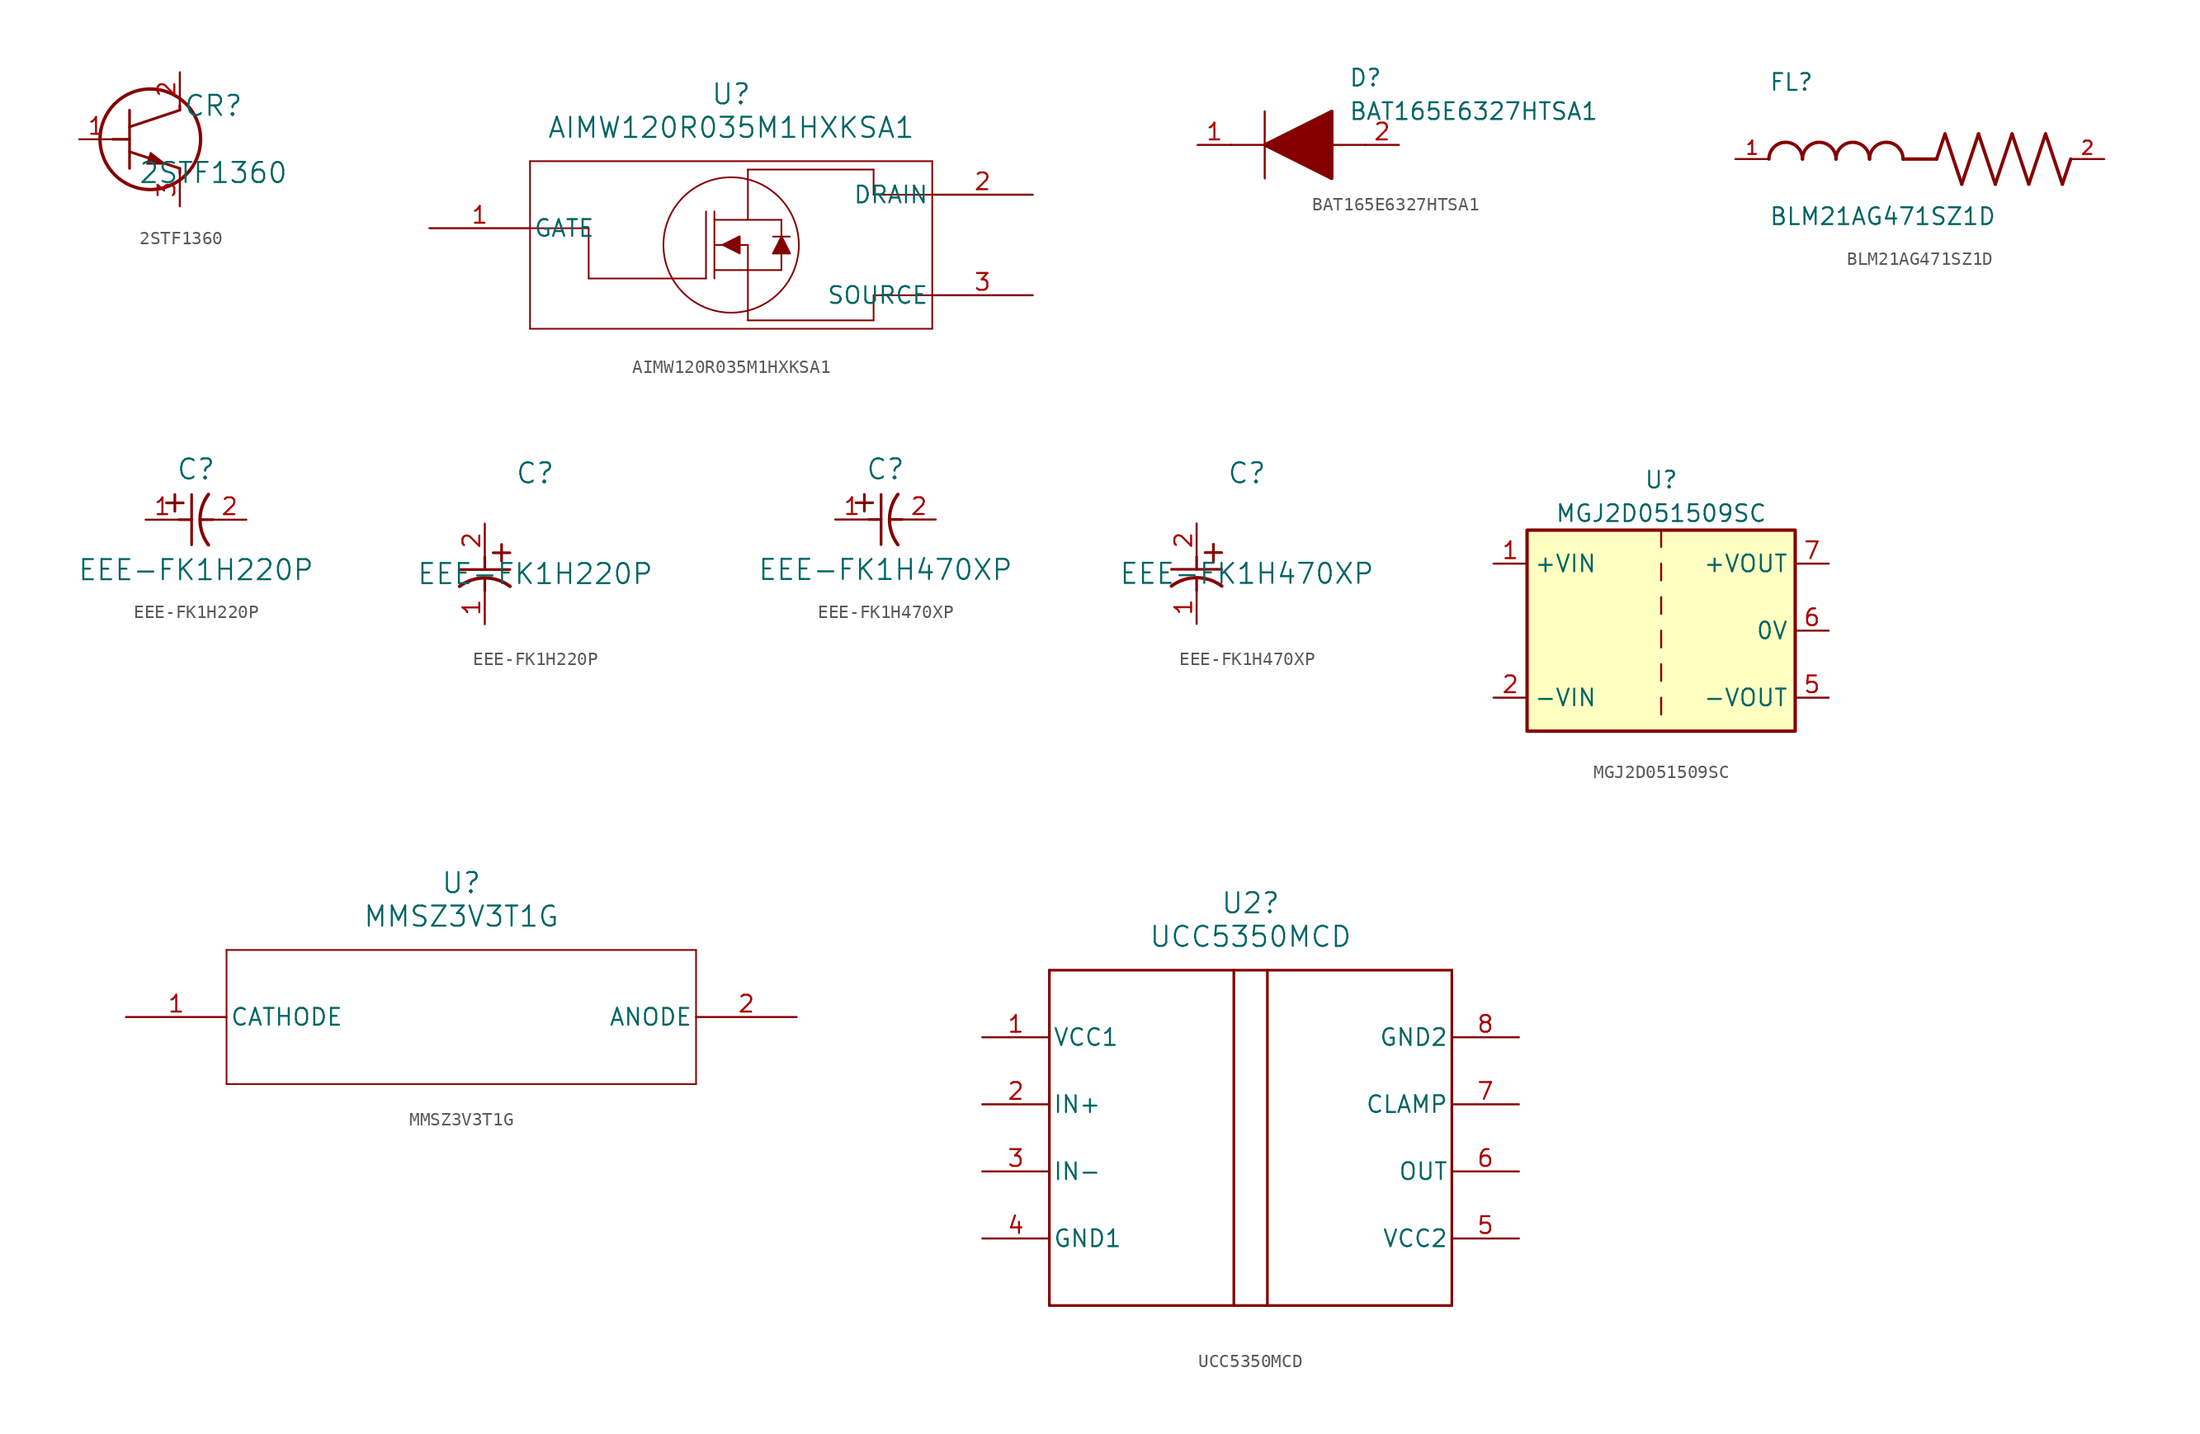
<source format=kicad_sym>
(kicad_symbol_lib
  (version 20220914)
  (generator kicad_symbol_editor)
  (symbol "2STF1360"
    (pin_names
      (offset 0.254))
    (property "Reference" "CR"
      (at 10.16 2.54 0)
      (effects (font (size 1.524 1.524))))
    (property "Value" "2STF1360"
      (at 10.16 -2.54 0)
      (effects (font (size 1.524 1.524))))
    (property "ki_locked" ""
      (at 0 0 0)
      (effects (font (size 1.27 1.27))))
    (symbol "2STF1360_0_1"
      (polyline (pts (xy 2.54 0) (xy 3.81 0)) (stroke (width 0.203) (type default)) (fill (type none)))
      (polyline (pts (xy 3.81 -2.21) (xy 3.81 2.21)) (stroke (width 0.203) (type default)) (fill (type none)))
      (polyline (pts (xy 3.81 -0.94) (xy 7.62 -2.21)) (stroke (width 0.203) (type default)) (fill (type none)))
      (polyline (pts (xy 3.81 0.94) (xy 7.62 2.21)) (stroke (width 0.203) (type default)) (fill (type none)))
      (polyline (pts (xy 7.62 -2.54) (xy 7.62 -2.21)) (stroke (width 0.203) (type default)) (fill (type none)))
      (polyline (pts (xy 7.62 2.21) (xy 7.62 2.54)) (stroke (width 0.203) (type default)) (fill (type none)))
      (polyline (pts (xy 5.385 -0.94) (xy 5.08 -1.905) (xy 6.655 -1.905)) (stroke (width 0.025) (type default)) (fill (type outline)))
      (circle (center 5.385 0) (radius 3.81) (stroke (width 0.254) (type default)) (fill (type none)))
      (pin unspecified line (at 0 0 0) (length 2.54) (name "" (effects (font (size 1.27 1.27)))) (number "1" (effects (font (size 1.27 1.27)))))
      (pin unspecified line (at 7.62 5.08 270) (length 2.54) (name "" (effects (font (size 1.27 1.27)))) (number "2" (effects (font (size 1.27 1.27)))))
      (pin unspecified line (at 7.62 -5.08 90) (length 2.54) (name "" (effects (font (size 1.27 1.27)))) (number "3" (effects (font (size 1.27 1.27)))))))
  (symbol "AIMW120R035M1HXKSA1"
    (pin_names
      (offset 0.254))
    (property "Reference" "U"
      (at 22.86 10.16 0)
      (effects (font (size 1.524 1.524))))
    (property "Value" "AIMW120R035M1HXKSA1"
      (at 22.86 7.62 0)
      (effects (font (size 1.524 1.524))))
    (property "ki_locked" ""
      (at 0 0 0)
      (effects (font (size 1.27 1.27))))
    (symbol "AIMW120R035M1HXKSA1_0_1"
      (polyline (pts (xy 7.62 -7.62) (xy 38.1 -7.62)) (stroke (width 0.127) (type default)) (fill (type none)))
      (polyline (pts (xy 7.62 5.08) (xy 7.62 -7.62)) (stroke (width 0.127) (type default)) (fill (type none)))
      (polyline (pts (xy 12.065 -3.81) (xy 12.065 0)) (stroke (width 0.127) (type default)) (fill (type none)))
      (polyline (pts (xy 12.065 0) (xy 7.62 0)) (stroke (width 0.127) (type default)) (fill (type none)))
      (polyline (pts (xy 20.955 -3.81) (xy 12.065 -3.81)) (stroke (width 0.127) (type default)) (fill (type none)))
      (polyline (pts (xy 20.955 1.27) (xy 20.955 -3.81)) (stroke (width 0.127) (type default)) (fill (type none)))
      (polyline (pts (xy 21.59 -3.175) (xy 26.67 -3.175)) (stroke (width 0.127) (type default)) (fill (type none)))
      (polyline (pts (xy 21.59 -1.27) (xy 24.13 -1.27)) (stroke (width 0.127) (type default)) (fill (type none)))
      (polyline (pts (xy 21.59 0.635) (xy 26.67 0.635)) (stroke (width 0.127) (type default)) (fill (type none)))
      (polyline (pts (xy 21.59 1.27) (xy 21.59 -3.81)) (stroke (width 0.127) (type default)) (fill (type none)))
      (polyline (pts (xy 22.225 -1.27) (xy 23.495 -1.905)) (stroke (width 0.127) (type default)) (fill (type none)))
      (polyline (pts (xy 22.225 -1.27) (xy 23.495 -0.635)) (stroke (width 0.127) (type default)) (fill (type none)))
      (polyline (pts (xy 23.495 -0.635) (xy 23.495 -1.905)) (stroke (width 0.127) (type default)) (fill (type none)))
      (polyline (pts (xy 24.13 -1.27) (xy 24.13 -6.985)) (stroke (width 0.127) (type default)) (fill (type none)))
      (polyline (pts (xy 24.13 0.635) (xy 24.13 4.445)) (stroke (width 0.127) (type default)) (fill (type none)))
      (polyline (pts (xy 26.035 -0.635) (xy 27.305 -0.635)) (stroke (width 0.127) (type default)) (fill (type none)))
      (polyline (pts (xy 26.67 -0.635) (xy 26.035 -1.905)) (stroke (width 0.127) (type default)) (fill (type none)))
      (polyline (pts (xy 26.67 -0.635) (xy 27.305 -1.905)) (stroke (width 0.127) (type default)) (fill (type none)))
      (polyline (pts (xy 26.67 0.635) (xy 26.67 -3.175)) (stroke (width 0.127) (type default)) (fill (type none)))
      (polyline (pts (xy 27.305 -1.905) (xy 26.035 -1.905)) (stroke (width 0.127) (type default)) (fill (type none)))
      (polyline (pts (xy 33.655 -6.985) (xy 24.13 -6.985)) (stroke (width 0.127) (type default)) (fill (type none)))
      (polyline (pts (xy 33.655 -5.08) (xy 33.655 -6.985)) (stroke (width 0.127) (type default)) (fill (type none)))
      (polyline (pts (xy 33.655 4.445) (xy 24.13 4.445)) (stroke (width 0.127) (type default)) (fill (type none)))
      (polyline (pts (xy 33.655 4.445) (xy 33.655 2.54)) (stroke (width 0.127) (type default)) (fill (type none)))
      (polyline (pts (xy 38.1 -7.62) (xy 38.1 5.08)) (stroke (width 0.127) (type default)) (fill (type none)))
      (polyline (pts (xy 38.1 -5.08) (xy 33.655 -5.08)) (stroke (width 0.127) (type default)) (fill (type none)))
      (polyline (pts (xy 38.1 2.54) (xy 33.655 2.54)) (stroke (width 0.127) (type default)) (fill (type none)))
      (polyline (pts (xy 38.1 5.08) (xy 7.62 5.08)) (stroke (width 0.127) (type default)) (fill (type none)))
      (polyline (pts (xy 22.225 -1.27) (xy 23.495 -0.635) (xy 23.495 -1.905)) (stroke (width 0) (type default)) (fill (type outline)))
      (polyline (pts (xy 26.67 -0.635) (xy 27.305 -1.905) (xy 26.035 -1.905)) (stroke (width 0) (type default)) (fill (type outline)))
      (circle (center 22.86 -1.27) (radius 5.131) (stroke (width 0.127) (type default)) (fill (type none)))
      (pin unspecified line (at 0 0 0) (length 7.62) (name "GATE" (effects (font (size 1.27 1.27)))) (number "1" (effects (font (size 1.27 1.27)))))
      (pin unspecified line (at 45.72 2.54 180) (length 7.62) (name "DRAIN" (effects (font (size 1.27 1.27)))) (number "2" (effects (font (size 1.27 1.27)))))
      (pin unspecified line (at 45.72 -5.08 180) (length 7.62) (name "SOURCE" (effects (font (size 1.27 1.27)))) (number "3" (effects (font (size 1.27 1.27)))))))
  (symbol "BAT165E6327HTSA1"
    (pin_names
      (offset 0.762))
    (property "Reference" "D"
      (at 11.43 5.08 0)
      (effects (font (size 1.27 1.27)) (justify left)))
    (property "Value" "BAT165E6327HTSA1"
      (at 11.43 2.54 0)
      (effects (font (size 1.27 1.27)) (justify left)))
    (symbol "BAT165E6327HTSA1_0_0"
      (pin passive line (at 0 0 0) (length 2.54) (name "~" (effects (font (size 1.27 1.27)))) (number "1" (effects (font (size 1.27 1.27)))))
      (pin passive line (at 15.24 0 180) (length 2.54) (name "~" (effects (font (size 1.27 1.27)))) (number "2" (effects (font (size 1.27 1.27))))))
    (symbol "BAT165E6327HTSA1_0_1"
      (polyline (pts (xy 2.54 0) (xy 5.08 0)) (stroke (width 0.152) (type solid)) (fill (type none)))
      (polyline (pts (xy 5.08 2.54) (xy 5.08 -2.54)) (stroke (width 0.152) (type solid)) (fill (type none)))
      (polyline (pts (xy 10.16 0) (xy 12.7 0)) (stroke (width 0.152) (type solid)) (fill (type none)))
      (polyline (pts (xy 5.08 0) (xy 10.16 2.54) (xy 10.16 -2.54) (xy 5.08 0)) (stroke (width 0.254) (type solid)) (fill (type outline)))))
  (symbol "BLM21AG471SZ1D"
    (pin_names
      (offset 1.016))
    (property "Reference" "FL"
      (at -12.704 5.082 0)
      (effects (font (size 1.27 1.27)) (justify left bottom)))
    (property "Value" "BLM21AG471SZ1D"
      (at -12.71 -5.087 0)
      (effects (font (size 1.27 1.27)) (justify left bottom)))
    (symbol "BLM21AG471SZ1D_0_0"
      (arc (start -10.16 0) (mid -11.43 1.2645) (end -12.7 0) (stroke (width 0.254) (type default)) (fill (type none)))
      (arc (start -7.62 0) (mid -8.89 1.2645) (end -10.16 0) (stroke (width 0.254) (type default)) (fill (type none)))
      (arc (start -5.08 0) (mid -6.35 1.2645) (end -7.62 0) (stroke (width 0.254) (type default)) (fill (type none)))
      (arc (start -2.54 0) (mid -3.81 1.2645) (end -5.08 0) (stroke (width 0.254) (type default)) (fill (type none)))
      (polyline (pts (xy 0 0) (xy -2.54 0)) (stroke (width 0.254) (type default)) (fill (type none)))
      (polyline (pts (xy 0 0) (xy 0.635 1.905)) (stroke (width 0.254) (type default)) (fill (type none)))
      (polyline (pts (xy 0.635 1.905) (xy 1.905 -1.905)) (stroke (width 0.254) (type default)) (fill (type none)))
      (polyline (pts (xy 1.905 -1.905) (xy 3.175 1.905)) (stroke (width 0.254) (type default)) (fill (type none)))
      (polyline (pts (xy 3.175 1.905) (xy 4.445 -1.905)) (stroke (width 0.254) (type default)) (fill (type none)))
      (polyline (pts (xy 4.445 -1.905) (xy 5.715 1.905)) (stroke (width 0.254) (type default)) (fill (type none)))
      (polyline (pts (xy 5.715 1.905) (xy 6.985 -1.905)) (stroke (width 0.254) (type default)) (fill (type none)))
      (polyline (pts (xy 6.985 -1.905) (xy 8.255 1.905)) (stroke (width 0.254) (type default)) (fill (type none)))
      (polyline (pts (xy 8.255 1.905) (xy 9.525 -1.905)) (stroke (width 0.254) (type default)) (fill (type none)))
      (polyline (pts (xy 9.525 -1.905) (xy 10.16 0)) (stroke (width 0.254) (type default)) (fill (type none)))
      (pin passive line (at -15.24 0 0) (length 2.54) (name "~" (effects (font (size 1.016 1.016)))) (number "1" (effects (font (size 1.016 1.016)))))
      (pin passive line (at 12.7 0 180) (length 2.54) (name "~" (effects (font (size 1.016 1.016)))) (number "2" (effects (font (size 1.016 1.016)))))))
  (symbol "EEE-FK1H220P"
    (pin_names
      (offset 0.254))
    (property "Reference" "C"
      (at 3.81 3.81 0)
      (effects (font (size 1.524 1.524))))
    (property "Value" "EEE-FK1H220P"
      (at 3.81 -3.81 0)
      (effects (font (size 1.524 1.524))))
    (property "ki_locked" ""
      (at 0 0 0)
      (effects (font (size 1.27 1.27))))
    (symbol "EEE-FK1H220P_1_1"
      (polyline (pts (xy 1.575 1.27) (xy 2.845 1.27)) (stroke (width 0.203) (type default)) (fill (type none)))
      (polyline (pts (xy 2.21 0.635) (xy 2.21 1.905)) (stroke (width 0.203) (type default)) (fill (type none)))
      (polyline (pts (xy 2.54 0) (xy 3.48 0)) (stroke (width 0.203) (type default)) (fill (type none)))
      (polyline (pts (xy 3.48 -1.905) (xy 3.48 1.905)) (stroke (width 0.203) (type default)) (fill (type none)))
      (polyline (pts (xy 4.115 0) (xy 5.08 0)) (stroke (width 0.203) (type default)) (fill (type none)))
      (arc (start 4.7541 1.9108) (mid 4.1148 0) (end 4.7541 -1.9108) (stroke (width 0.254) (type default)) (fill (type none)))
      (pin unspecified line (at 0 0 0) (length 2.54) (name "" (effects (font (size 1.27 1.27)))) (number "1" (effects (font (size 1.27 1.27)))))
      (pin unspecified line (at 7.62 0 180) (length 2.54) (name "" (effects (font (size 1.27 1.27)))) (number "2" (effects (font (size 1.27 1.27))))))
    (symbol "EEE-FK1H220P_1_2"
      (polyline (pts (xy -1.905 -3.48) (xy 1.905 -3.48)) (stroke (width 0.203) (type default)) (fill (type none)))
      (polyline (pts (xy 0 -4.115) (xy 0 -5.08)) (stroke (width 0.203) (type default)) (fill (type none)))
      (polyline (pts (xy 0 -2.54) (xy 0 -3.48)) (stroke (width 0.203) (type default)) (fill (type none)))
      (polyline (pts (xy 0.635 -2.21) (xy 1.905 -2.21)) (stroke (width 0.203) (type default)) (fill (type none)))
      (polyline (pts (xy 1.27 -1.575) (xy 1.27 -2.845)) (stroke (width 0.203) (type default)) (fill (type none)))
      (arc (start 1.9108 -4.7541) (mid 0 -4.1148) (end -1.9108 -4.7541) (stroke (width 0.254) (type default)) (fill (type none)))
      (pin unspecified line (at 0 -7.62 90) (length 2.54) (name "" (effects (font (size 1.27 1.27)))) (number "1" (effects (font (size 1.27 1.27)))))
      (pin unspecified line (at 0 0 270) (length 2.54) (name "" (effects (font (size 1.27 1.27)))) (number "2" (effects (font (size 1.27 1.27)))))))
  (symbol "EEE-FK1H470XP"
    (pin_names
      (offset 0.254))
    (property "Reference" "C"
      (at 3.81 3.81 0)
      (effects (font (size 1.524 1.524))))
    (property "Value" "EEE-FK1H470XP"
      (at 3.81 -3.81 0)
      (effects (font (size 1.524 1.524))))
    (property "ki_locked" ""
      (at 0 0 0)
      (effects (font (size 1.27 1.27))))
    (symbol "EEE-FK1H470XP_1_1"
      (polyline (pts (xy 1.575 1.27) (xy 2.845 1.27)) (stroke (width 0.203) (type default)) (fill (type none)))
      (polyline (pts (xy 2.21 0.635) (xy 2.21 1.905)) (stroke (width 0.203) (type default)) (fill (type none)))
      (polyline (pts (xy 2.54 0) (xy 3.48 0)) (stroke (width 0.203) (type default)) (fill (type none)))
      (polyline (pts (xy 3.48 -1.905) (xy 3.48 1.905)) (stroke (width 0.203) (type default)) (fill (type none)))
      (polyline (pts (xy 4.115 0) (xy 5.08 0)) (stroke (width 0.203) (type default)) (fill (type none)))
      (arc (start 4.7541 1.9108) (mid 4.1148 0) (end 4.7541 -1.9108) (stroke (width 0.254) (type default)) (fill (type none)))
      (pin unspecified line (at 0 0 0) (length 2.54) (name "" (effects (font (size 1.27 1.27)))) (number "1" (effects (font (size 1.27 1.27)))))
      (pin unspecified line (at 7.62 0 180) (length 2.54) (name "" (effects (font (size 1.27 1.27)))) (number "2" (effects (font (size 1.27 1.27))))))
    (symbol "EEE-FK1H470XP_1_2"
      (polyline (pts (xy -1.905 -3.48) (xy 1.905 -3.48)) (stroke (width 0.203) (type default)) (fill (type none)))
      (polyline (pts (xy 0 -4.115) (xy 0 -5.08)) (stroke (width 0.203) (type default)) (fill (type none)))
      (polyline (pts (xy 0 -2.54) (xy 0 -3.48)) (stroke (width 0.203) (type default)) (fill (type none)))
      (polyline (pts (xy 0.635 -2.21) (xy 1.905 -2.21)) (stroke (width 0.203) (type default)) (fill (type none)))
      (polyline (pts (xy 1.27 -1.575) (xy 1.27 -2.845)) (stroke (width 0.203) (type default)) (fill (type none)))
      (arc (start 1.9108 -4.7541) (mid 0 -4.1148) (end -1.9108 -4.7541) (stroke (width 0.254) (type default)) (fill (type none)))
      (pin unspecified line (at 0 -7.62 90) (length 2.54) (name "" (effects (font (size 1.27 1.27)))) (number "1" (effects (font (size 1.27 1.27)))))
      (pin unspecified line (at 0 0 270) (length 2.54) (name "" (effects (font (size 1.27 1.27)))) (number "2" (effects (font (size 1.27 1.27)))))))
  (symbol "MGJ2D051509SC"
    (property "Reference" "U"
      (at 0 11.43 0)
      (effects (font (size 1.27 1.27))))
    (property "Value" "MGJ2D051509SC"
      (at 0 8.89 0)
      (effects (font (size 1.27 1.27))))
    (symbol "MGJ2D051509SC_0_1"
      (rectangle (start -10.16 7.62) (end 10.16 -7.62) (stroke (width 0.254) (type default)) (fill (type background)))
      (polyline (pts (xy 0 -5.08) (xy 0 -6.35)) (stroke (width 0) (type default)) (fill (type none)))
      (polyline (pts (xy 0 -2.54) (xy 0 -3.81)) (stroke (width 0) (type default)) (fill (type none)))
      (polyline (pts (xy 0 0) (xy 0 -1.27)) (stroke (width 0) (type default)) (fill (type none)))
      (polyline (pts (xy 0 2.54) (xy 0 1.27)) (stroke (width 0) (type default)) (fill (type none)))
      (polyline (pts (xy 0 5.08) (xy 0 3.81)) (stroke (width 0) (type default)) (fill (type none)))
      (polyline (pts (xy 0 7.62) (xy 0 6.35)) (stroke (width 0) (type default)) (fill (type none))))
    (symbol "MGJ2D051509SC_1_1"
      (pin power_in line (at -12.7 5.08 0) (length 2.54) (name "+VIN" (effects (font (size 1.27 1.27)))) (number "1" (effects (font (size 1.27 1.27)))))
      (pin power_in line (at -12.7 -5.08 0) (length 2.54) (name "-VIN" (effects (font (size 1.27 1.27)))) (number "2" (effects (font (size 1.27 1.27)))))
      (pin power_out line (at 12.7 -5.08 180) (length 2.54) (name "-VOUT" (effects (font (size 1.27 1.27)))) (number "5" (effects (font (size 1.27 1.27)))))
      (pin power_out line (at 12.7 0 180) (length 2.54) (name "0V" (effects (font (size 1.27 1.27)))) (number "6" (effects (font (size 1.27 1.27)))))
      (pin power_out line (at 12.7 5.08 180) (length 2.54) (name "+VOUT" (effects (font (size 1.27 1.27)))) (number "7" (effects (font (size 1.27 1.27)))))))
  (symbol "MMSZ3V3T1G"
    (pin_names
      (offset 0.254))
    (property "Reference" "U"
      (at 25.4 10.16 0)
      (effects (font (size 1.524 1.524))))
    (property "Value" "MMSZ3V3T1G"
      (at 25.4 7.62 0)
      (effects (font (size 1.524 1.524))))
    (property "ki_locked" ""
      (at 0 0 0)
      (effects (font (size 1.27 1.27))))
    (symbol "MMSZ3V3T1G_0_1"
      (polyline (pts (xy 7.62 -5.08) (xy 43.18 -5.08)) (stroke (width 0.127) (type default)) (fill (type none)))
      (polyline (pts (xy 7.62 5.08) (xy 7.62 -5.08)) (stroke (width 0.127) (type default)) (fill (type none)))
      (polyline (pts (xy 43.18 -5.08) (xy 43.18 5.08)) (stroke (width 0.127) (type default)) (fill (type none)))
      (polyline (pts (xy 43.18 5.08) (xy 7.62 5.08)) (stroke (width 0.127) (type default)) (fill (type none)))
      (pin unspecified line (at 0 0 0) (length 7.62) (name "CATHODE" (effects (font (size 1.27 1.27)))) (number "1" (effects (font (size 1.27 1.27)))))
      (pin unspecified line (at 50.8 0 180) (length 7.62) (name "ANODE" (effects (font (size 1.27 1.27)))) (number "2" (effects (font (size 1.27 1.27)))))))
  (symbol "UCC5350MCD"
    (pin_names
      (offset 0.254))
    (property "Reference" "U2"
      (at 0 17.78 0)
      (effects (font (size 1.524 1.524))))
    (property "Value" "UCC5350MCD"
      (at 0 15.24 0)
      (effects (font (size 1.524 1.524))))
    (property "ki_locked" ""
      (at 0 0 0)
      (effects (font (size 1.27 1.27))))
    (symbol "UCC5350MCD_0_1"
      (polyline (pts (xy -15.24 -12.7) (xy 15.24 -12.7)) (stroke (width 0.203) (type default)) (fill (type none)))
      (polyline (pts (xy -15.24 12.7) (xy -15.24 -12.7)) (stroke (width 0.203) (type default)) (fill (type none)))
      (polyline (pts (xy -1.27 -12.7) (xy -1.27 12.7)) (stroke (width 0.203) (type default)) (fill (type none)))
      (polyline (pts (xy 1.27 -12.7) (xy 1.27 12.7)) (stroke (width 0.203) (type default)) (fill (type none)))
      (polyline (pts (xy 15.24 -12.7) (xy 15.24 12.7)) (stroke (width 0.203) (type default)) (fill (type none)))
      (polyline (pts (xy 15.24 12.7) (xy -15.24 12.7)) (stroke (width 0.203) (type default)) (fill (type none)))
      (pin power_in line (at -20.32 7.62 0) (length 5.08) (name "VCC1" (effects (font (size 1.27 1.27)))) (number "1" (effects (font (size 1.27 1.27)))))
      (pin input line (at -20.32 2.54 0) (length 5.08) (name "IN+" (effects (font (size 1.27 1.27)))) (number "2" (effects (font (size 1.27 1.27)))))
      (pin input line (at -20.32 -2.54 0) (length 5.08) (name "IN-" (effects (font (size 1.27 1.27)))) (number "3" (effects (font (size 1.27 1.27)))))
      (pin power_in line (at -20.32 -7.62 0) (length 5.08) (name "GND1" (effects (font (size 1.27 1.27)))) (number "4" (effects (font (size 1.27 1.27)))))
      (pin power_in line (at 20.32 -7.62 180) (length 5.08) (name "VCC2" (effects (font (size 1.27 1.27)))) (number "5" (effects (font (size 1.27 1.27)))))
      (pin output line (at 20.32 -2.54 180) (length 5.08) (name "OUT" (effects (font (size 1.27 1.27)))) (number "6" (effects (font (size 1.27 1.27)))))
      (pin input line (at 20.32 2.54 180) (length 5.08) (name "CLAMP" (effects (font (size 1.27 1.27)))) (number "7" (effects (font (size 1.27 1.27))))))
    (symbol "UCC5350MCD_1_1"
      (pin power_in line (at 20.32 7.62 180) (length 5.08) (name "GND2" (effects (font (size 1.27 1.27)))) (number "8" (effects (font (size 1.27 1.27))))))))
</source>
